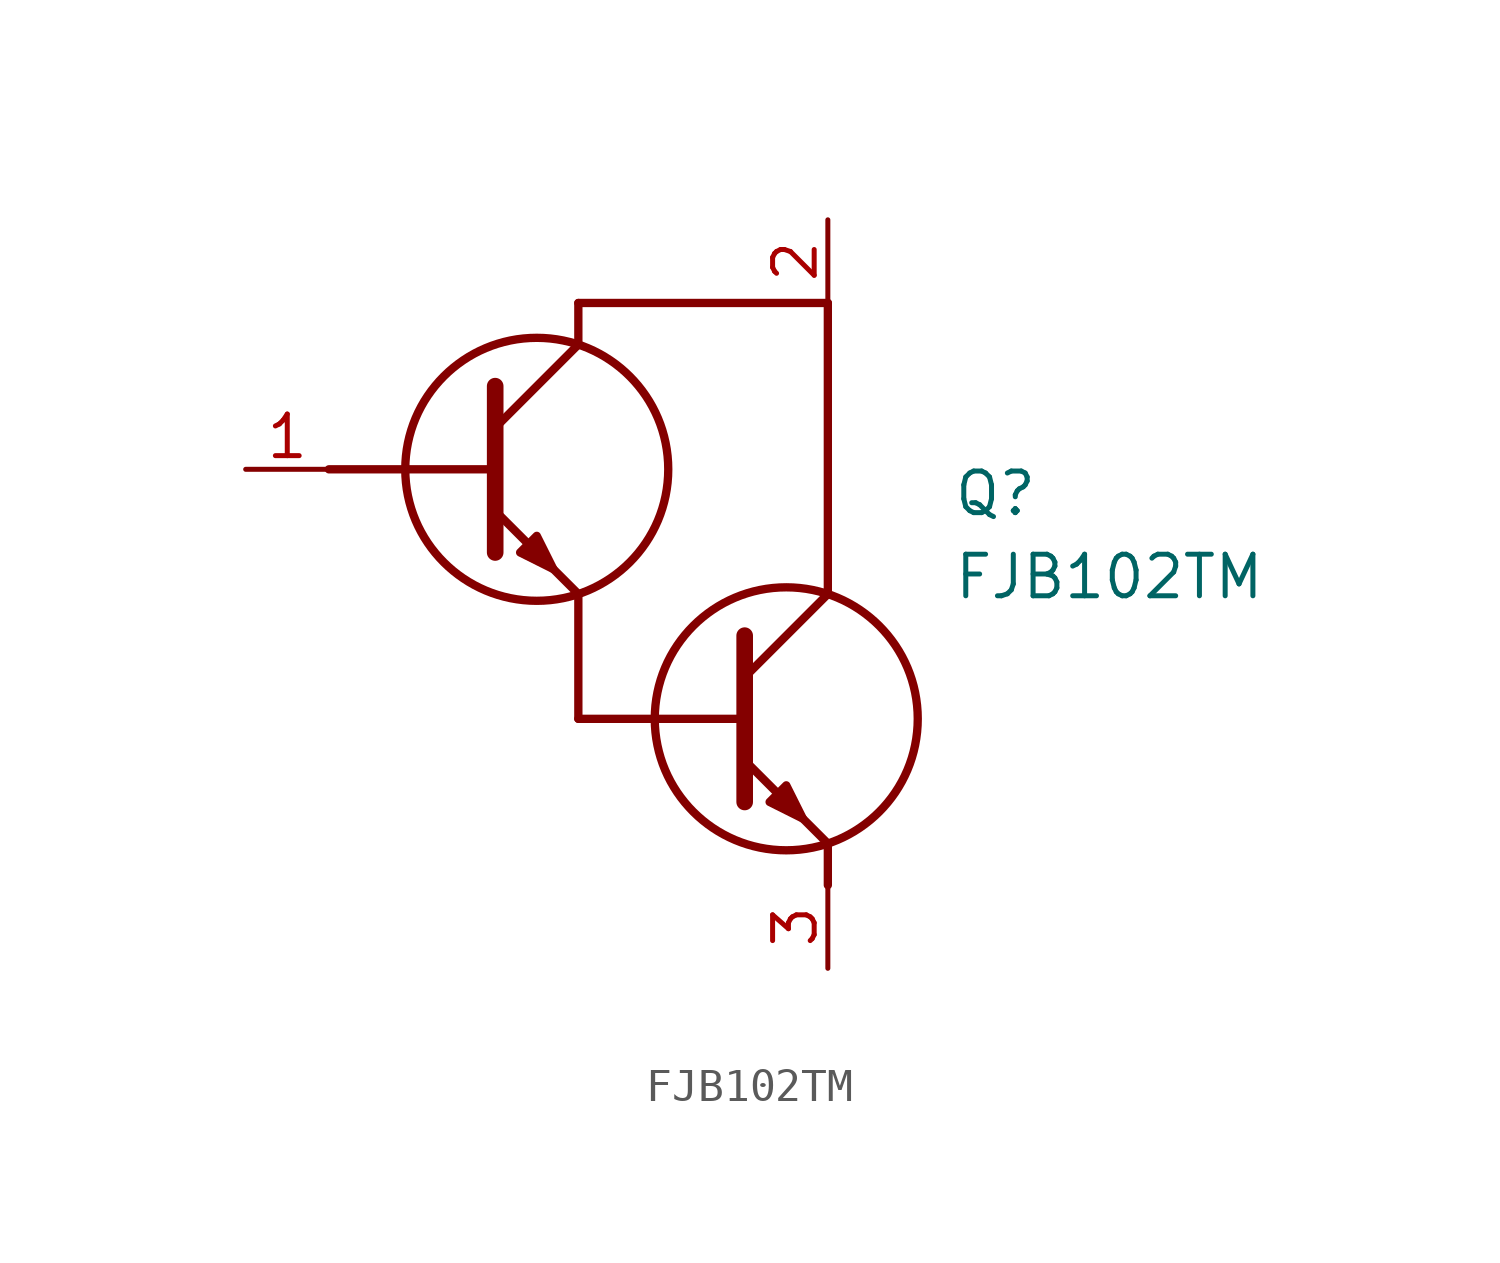
<source format=kicad_sym>
(kicad_symbol_lib
  (version 20211014)
  (generator SamacSys_ECAD_Model)
  (symbol "FJB102TM"
    (pin_names hide)
    (property "Reference" "Q"
      (at 21.59 0 0)
      (effects (font (size 1.27 1.27)) (justify left top)))
    (property "Value" "FJB102TM"
      (at 21.59 -2.54 0)
      (effects (font (size 1.27 1.27)) (justify left top)))
    (polyline
      (pts (xy 17.78 -3.81) (xy 17.78 5.08))
      (stroke (width 0.254) (type default))
      (fill (type none)))
    (polyline
      (pts (xy 17.78 -11.43) (xy 17.78 -12.7))
      (stroke (width 0.254) (type default))
      (fill (type none)))
    (polyline
      (pts (xy 15.24 -8.89) (xy 17.78 -11.43))
      (stroke (width 0.254) (type default))
      (fill (type none)))
    (polyline
      (pts (xy 15.24 -6.35) (xy 17.78 -3.81))
      (stroke (width 0.254) (type default))
      (fill (type none)))
    (polyline
      (pts (xy 15.24 -5.08) (xy 15.24 -10.16))
      (stroke (width 0.508) (type default))
      (fill (type none)))
    (polyline
      (pts (xy 2.54 0) (xy 7.62 0))
      (stroke (width 0.254) (type default))
      (fill (type none)))
    (polyline
      (pts (xy 10.16 3.81) (xy 10.16 5.08))
      (stroke (width 0.254) (type default))
      (fill (type none)))
    (polyline
      (pts (xy 10.16 -3.81) (xy 10.16 -7.62))
      (stroke (width 0.254) (type default))
      (fill (type none)))
    (polyline
      (pts (xy 7.62 -1.27) (xy 10.16 -3.81))
      (stroke (width 0.254) (type default))
      (fill (type none)))
    (polyline
      (pts (xy 7.62 1.27) (xy 10.16 3.81))
      (stroke (width 0.254) (type default))
      (fill (type none)))
    (polyline
      (pts (xy 7.62 2.54) (xy 7.62 -2.54))
      (stroke (width 0.508) (type default))
      (fill (type none)))
    (polyline
      (pts (xy 10.16 -7.62) (xy 15.24 -7.62))
      (stroke (width 0.254) (type default))
      (fill (type none)))
    (polyline
      (pts (xy 10.16 5.08) (xy 17.78 5.08))
      (stroke (width 0.254) (type default))
      (fill (type none)))
    (circle
      (center 16.51 -7.62)
      (radius 4.016)
      (stroke (width 0.254) (type default))
      (fill (type none)))
    (circle
      (center 8.89 0)
      (radius 4.016)
      (stroke (width 0.254) (type default))
      (fill (type none)))
    (polyline
      (pts (xy 16.002 -10.16) (xy 16.51 -9.652) (xy 17.018 -10.668) (xy 16.002 -10.16))
      (stroke (width 0.254) (type default))
      (fill (type outline)))
    (polyline
      (pts (xy 8.382 -2.54) (xy 8.89 -2.032) (xy 9.398 -3.048) (xy 8.382 -2.54))
      (stroke (width 0.254) (type default))
      (fill (type outline)))
    (pin passive line
      (at 0 0 0)
      (length 2.54)
      (name "B" (effects (font (size 1.27 1.27))))
      (number "1" (effects (font (size 1.27 1.27)))))
    (pin passive line
      (at 17.78 7.62 270)
      (length 2.54)
      (name "C" (effects (font (size 1.27 1.27))))
      (number "2" (effects (font (size 1.27 1.27)))))
    (pin passive line
      (at 17.78 -15.24 90)
      (length 2.54)
      (name "E" (effects (font (size 1.27 1.27))))
      (number "3" (effects (font (size 1.27 1.27)))))))
</source>
